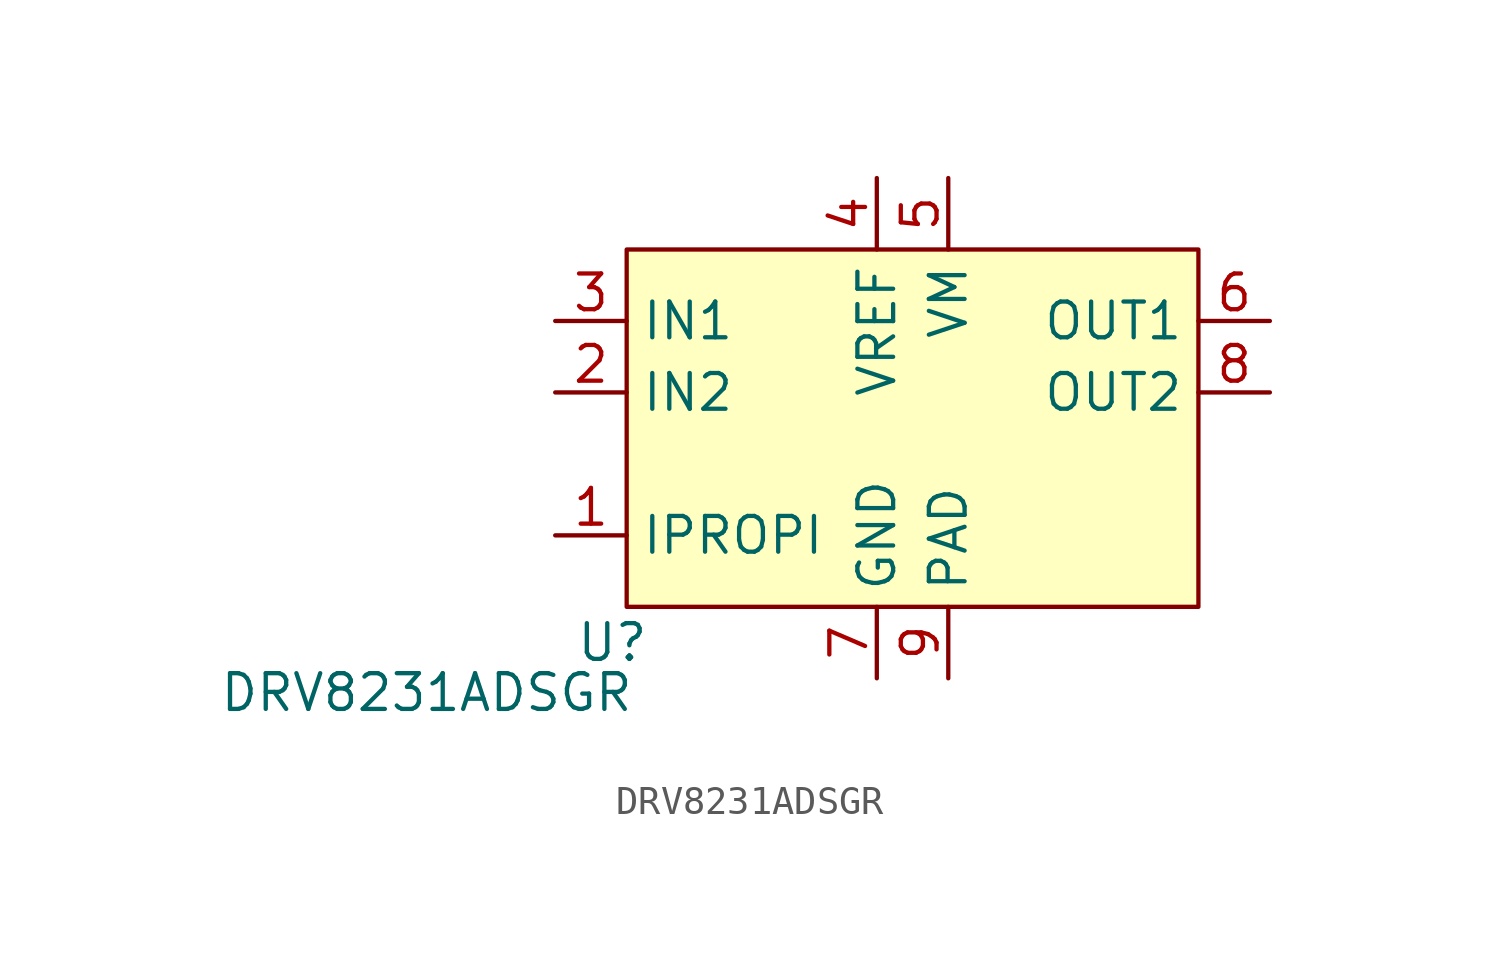
<source format=kicad_sym>
(kicad_symbol_lib
  (version 20241209)
  (generator "kicad_symbol_editor")
  (generator_version "9.0")
  (symbol "DRV8231ADSGR"
    (property "Reference" "U"
      (at -10.668 -13.97 0)
      (effects (font (size 1.27 1.27))))
    (property "Value" "DRV8231ADSGR"
      (at -17.272 -15.748 0)
      (effects (font (size 1.27 1.27))))
    (symbol "DRV8231ADSGR_0_0"
      (pin unspecified line (at -12.7 -2.54 0) (length 2.54) (name "IN1" (effects (font (size 1.27 1.27)))) (number "3" (effects (font (size 1.27 1.27)))))
      (pin unspecified line (at -12.7 -5.08 0) (length 2.54) (name "IN2" (effects (font (size 1.27 1.27)))) (number "2" (effects (font (size 1.27 1.27)))))
      (pin unspecified line (at -12.7 -10.16 0) (length 2.54) (name "IPROPI" (effects (font (size 1.27 1.27)))) (number "1" (effects (font (size 1.27 1.27)))))
      (pin unspecified line (at -1.27 2.54 270) (length 2.54) (name "VREF" (effects (font (size 1.27 1.27)))) (number "4" (effects (font (size 1.27 1.27)))))
      (pin unspecified line (at -1.27 -15.24 90) (length 2.54) (name "GND" (effects (font (size 1.27 1.27)))) (number "7" (effects (font (size 1.27 1.27)))))
      (pin unspecified line (at 1.27 2.54 270) (length 2.54) (name "VM" (effects (font (size 1.27 1.27)))) (number "5" (effects (font (size 1.27 1.27)))))
      (pin unspecified line (at 1.27 -15.24 90) (length 2.54) (name "PAD" (effects (font (size 1.27 1.27)))) (number "9" (effects (font (size 1.27 1.27)))))
      (pin unspecified line (at 12.7 -2.54 180) (length 2.54) (name "OUT1" (effects (font (size 1.27 1.27)))) (number "6" (effects (font (size 1.27 1.27)))))
      (pin unspecified line (at 12.7 -5.08 180) (length 2.54) (name "OUT2" (effects (font (size 1.27 1.27)))) (number "8" (effects (font (size 1.27 1.27))))))
    (symbol "DRV8231ADSGR_1_1"
      (rectangle (start -10.16 0) (end 10.16 -12.7) (stroke (width 0) (type solid)) (fill (type background))))))
</source>
